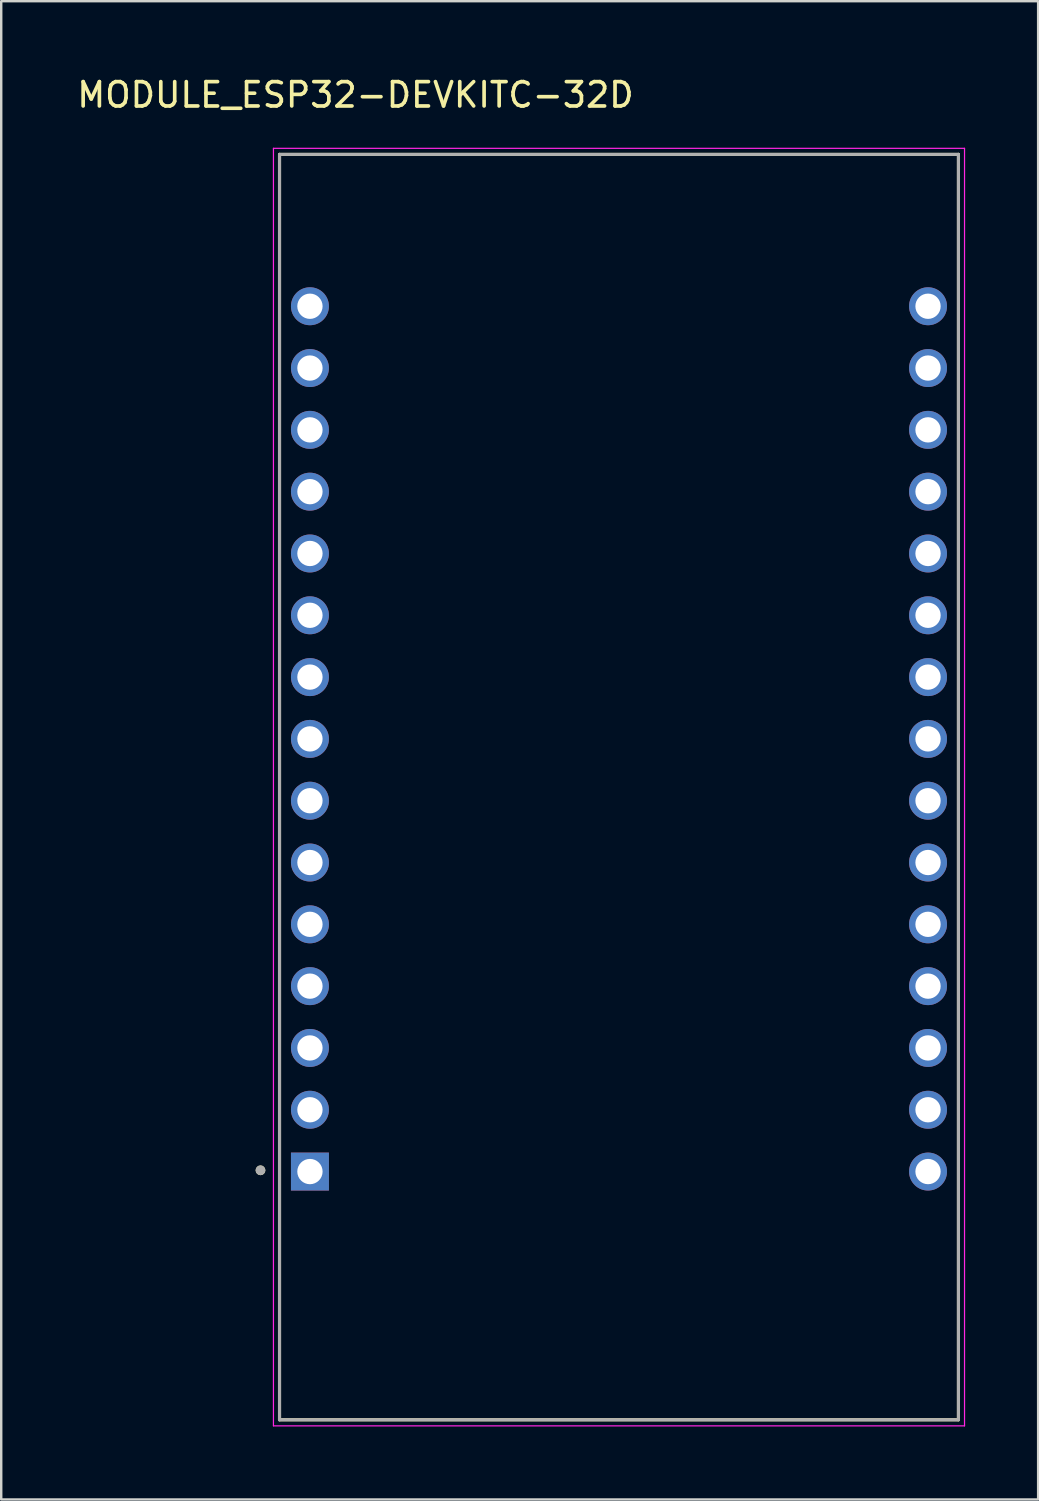
<source format=kicad_pcb>
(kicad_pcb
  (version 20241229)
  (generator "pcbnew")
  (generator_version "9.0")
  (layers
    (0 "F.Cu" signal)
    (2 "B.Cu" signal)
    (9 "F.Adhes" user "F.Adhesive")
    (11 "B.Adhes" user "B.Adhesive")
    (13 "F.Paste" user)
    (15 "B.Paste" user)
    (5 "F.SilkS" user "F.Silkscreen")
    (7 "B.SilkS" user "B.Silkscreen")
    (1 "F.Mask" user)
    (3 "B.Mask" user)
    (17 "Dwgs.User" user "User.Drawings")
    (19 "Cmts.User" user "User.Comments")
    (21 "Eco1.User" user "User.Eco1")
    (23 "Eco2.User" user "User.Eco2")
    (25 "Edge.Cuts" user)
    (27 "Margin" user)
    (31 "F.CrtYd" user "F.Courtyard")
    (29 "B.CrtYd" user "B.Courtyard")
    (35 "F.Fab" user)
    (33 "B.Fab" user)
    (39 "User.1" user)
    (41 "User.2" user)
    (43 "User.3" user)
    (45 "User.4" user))
  (footprint "MODULE_ESP32-DEVKITC-32D"
    (layer "F.Cu")
    (at 22.387 29.295)
    (property "Reference" "MODULE_ESP32-DEVKITC-32D" (at -10.829 -28.446 0) (layer "F.SilkS") (effects (font (size 1 1) (thickness 0.15))))
    (attr through_hole)
    (fp_line (start -13.95 -26) (end 13.95 -26) (stroke (width 0.127) (type solid)) (layer "F.SilkS"))
    (fp_line (start -13.95 26) (end -13.95 -26) (stroke (width 0.127) (type solid)) (layer "F.SilkS"))
    (fp_line (start 13.95 -26) (end 13.95 26) (stroke (width 0.127) (type solid)) (layer "F.SilkS"))
    (fp_line (start 13.95 26) (end -13.95 26) (stroke (width 0.127) (type solid)) (layer "F.SilkS"))
    (fp_circle (center -14.732 15.748) (end -14.632 15.748) (stroke (width 0.2) (type solid)) (fill no) (layer "F.SilkS"))
    (fp_line (start -14.2 -26.25) (end 14.2 -26.25) (stroke (width 0.05) (type solid)) (layer "F.CrtYd"))
    (fp_line (start -14.2 26.25) (end -14.2 -26.25) (stroke (width 0.05) (type solid)) (layer "F.CrtYd"))
    (fp_line (start 14.2 -26.25) (end 14.2 26.25) (stroke (width 0.05) (type solid)) (layer "F.CrtYd"))
    (fp_line (start 14.2 26.25) (end -14.2 26.25) (stroke (width 0.05) (type solid)) (layer "F.CrtYd"))
    (fp_line (start -13.95 -26) (end 13.95 -26) (stroke (width 0.127) (type solid)) (layer "F.Fab"))
    (fp_line (start -13.95 26) (end -13.95 -26) (stroke (width 0.127) (type solid)) (layer "F.Fab"))
    (fp_line (start 13.95 -26) (end 13.95 26) (stroke (width 0.127) (type solid)) (layer "F.Fab"))
    (fp_line (start 13.95 26) (end -13.95 26) (stroke (width 0.127) (type solid)) (layer "F.Fab"))
    (fp_circle (center -14.732 15.748) (end -14.632 15.748) (stroke (width 0.2) (type solid)) (fill no) (layer "F.Fab"))
    (pad "" np_thru_hole circle (at -11.6 -23.6) (size 0.001 0.001) (drill 3.4) (layers "*.Mask"))
    (pad "" np_thru_hole circle (at -11.6 23.6) (size 0.001 0.001) (drill 3.4) (layers "*.Mask"))
    (pad "" np_thru_hole circle (at 11.6 -23.6) (size 0.001 0.001) (drill 3.4) (layers "*.Mask"))
    (pad "" np_thru_hole circle (at 11.6 23.6) (size 0.001 0.001) (drill 3.4) (layers "*.Mask"))
    (pad "1" thru_hole rect (at -12.7 15.8) (size 1.56 1.56) (drill 1.04) (layers "*.Cu" "*.Mask"))
    (pad "2" thru_hole circle (at -12.7 13.26) (size 1.56 1.56) (drill 1.04) (layers "*.Cu" "*.Mask"))
    (pad "3" thru_hole circle (at -12.7 10.72) (size 1.56 1.56) (drill 1.04) (layers "*.Cu" "*.Mask"))
    (pad "4" thru_hole circle (at -12.7 8.18) (size 1.56 1.56) (drill 1.04) (layers "*.Cu" "*.Mask"))
    (pad "5" thru_hole circle (at -12.7 5.64) (size 1.56 1.56) (drill 1.04) (layers "*.Cu" "*.Mask"))
    (pad "6" thru_hole circle (at -12.7 3.1) (size 1.56 1.56) (drill 1.04) (layers "*.Cu" "*.Mask"))
    (pad "7" thru_hole circle (at -12.7 0.56) (size 1.56 1.56) (drill 1.04) (layers "*.Cu" "*.Mask"))
    (pad "8" thru_hole circle (at -12.7 -1.98) (size 1.56 1.56) (drill 1.04) (layers "*.Cu" "*.Mask"))
    (pad "9" thru_hole circle (at -12.7 -4.52) (size 1.56 1.56) (drill 1.04) (layers "*.Cu" "*.Mask"))
    (pad "10" thru_hole circle (at -12.7 -7.06) (size 1.56 1.56) (drill 1.04) (layers "*.Cu" "*.Mask"))
    (pad "11" thru_hole circle (at -12.7 -9.6) (size 1.56 1.56) (drill 1.04) (layers "*.Cu" "*.Mask"))
    (pad "12" thru_hole circle (at -12.7 -12.14) (size 1.56 1.56) (drill 1.04) (layers "*.Cu" "*.Mask"))
    (pad "13" thru_hole circle (at -12.7 -14.68) (size 1.56 1.56) (drill 1.04) (layers "*.Cu" "*.Mask"))
    (pad "14" thru_hole circle (at -12.7 -17.22) (size 1.56 1.56) (drill 1.04) (layers "*.Cu" "*.Mask"))
    (pad "15" thru_hole circle (at -12.7 -19.76) (size 1.56 1.56) (drill 1.04) (layers "*.Cu" "*.Mask"))
    (pad "16" thru_hole circle (at 12.7 15.8) (size 1.56 1.56) (drill 1.04) (layers "*.Cu" "*.Mask"))
    (pad "17" thru_hole circle (at 12.7 13.26) (size 1.56 1.56) (drill 1.04) (layers "*.Cu" "*.Mask"))
    (pad "18" thru_hole circle (at 12.7 10.72) (size 1.56 1.56) (drill 1.04) (layers "*.Cu" "*.Mask"))
    (pad "19" thru_hole circle (at 12.7 8.18) (size 1.56 1.56) (drill 1.04) (layers "*.Cu" "*.Mask"))
    (pad "20" thru_hole circle (at 12.7 5.64) (size 1.56 1.56) (drill 1.04) (layers "*.Cu" "*.Mask"))
    (pad "21" thru_hole circle (at 12.7 3.1) (size 1.56 1.56) (drill 1.04) (layers "*.Cu" "*.Mask"))
    (pad "22" thru_hole circle (at 12.7 0.56) (size 1.56 1.56) (drill 1.04) (layers "*.Cu" "*.Mask"))
    (pad "23" thru_hole circle (at 12.7 -1.98) (size 1.56 1.56) (drill 1.04) (layers "*.Cu" "*.Mask"))
    (pad "24" thru_hole circle (at 12.7 -4.52) (size 1.56 1.56) (drill 1.04) (layers "*.Cu" "*.Mask"))
    (pad "25" thru_hole circle (at 12.7 -7.06) (size 1.56 1.56) (drill 1.04) (layers "*.Cu" "*.Mask"))
    (pad "26" thru_hole circle (at 12.7 -9.6) (size 1.56 1.56) (drill 1.04) (layers "*.Cu" "*.Mask"))
    (pad "27" thru_hole circle (at 12.7 -12.14) (size 1.56 1.56) (drill 1.04) (layers "*.Cu" "*.Mask"))
    (pad "28" thru_hole circle (at 12.7 -14.68) (size 1.56 1.56) (drill 1.04) (layers "*.Cu" "*.Mask"))
    (pad "29" thru_hole circle (at 12.7 -17.22) (size 1.56 1.56) (drill 1.04) (layers "*.Cu" "*.Mask"))
    (pad "30" thru_hole circle (at 12.7 -19.76) (size 1.56 1.56) (drill 1.04) (layers "*.Cu" "*.Mask")))
  (gr_rect
    (start -3 -3)
    (end 39.612 58.57)
    (stroke (width 0.1) (type default))
    (fill no)
    (layer "Edge.Cuts")))
</source>
